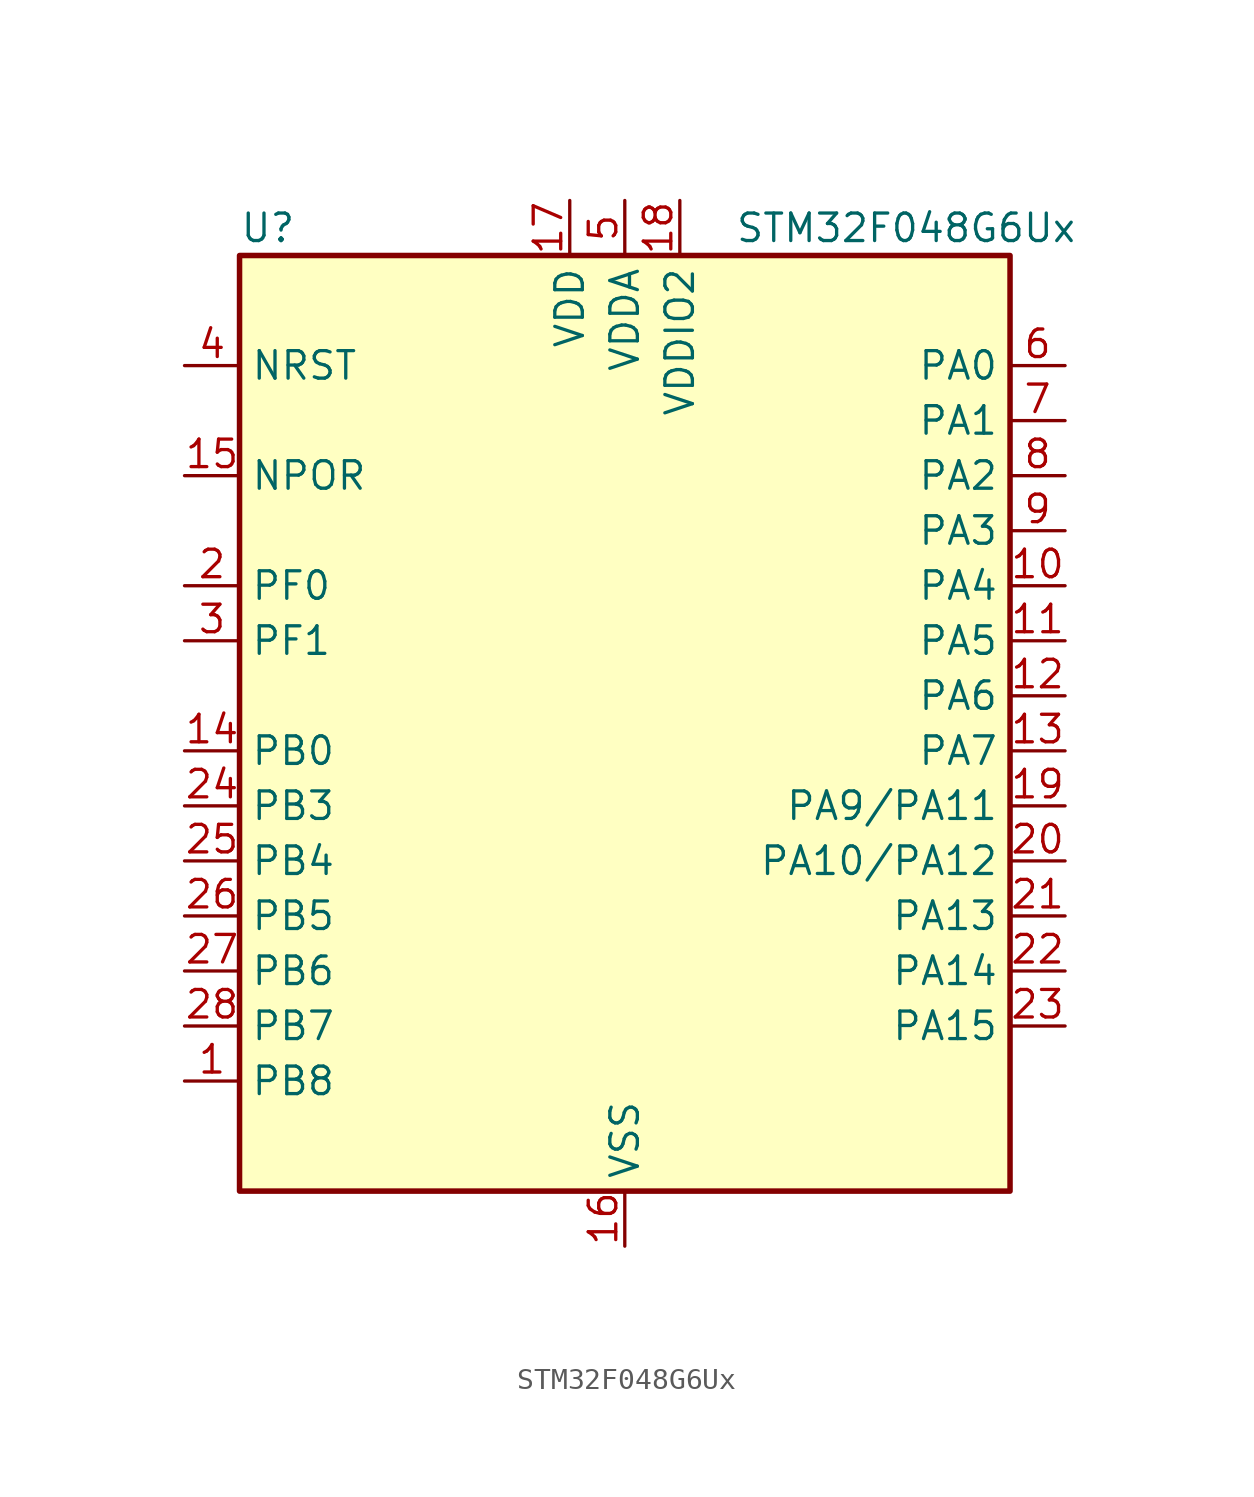
<source format=kicad_sym>
(kicad_symbol_lib
  (version 20241209)
  (generator "kicad_symbol_editor")
  (generator_version "9.0")
  (symbol "STM32F048G6Ux"
    (property "Reference" "U"
      (at -17.78 24.13 0)
      (effects (font (size 1.27 1.27)) (justify left)))
    (property "Value" "STM32F048G6Ux"
      (at 5.08 24.13 0)
      (effects (font (size 1.27 1.27)) (justify left)))
    (symbol "STM32F048G6Ux_0_1"
      (rectangle (start -17.78 -20.32) (end 17.78 22.86) (stroke (width 0.254) (type default)) (fill (type background))))
    (symbol "STM32F048G6Ux_1_1"
      (pin input line (at -20.32 17.78 0) (length 2.54) (name "NRST" (effects (font (size 1.27 1.27)))) (number "4" (effects (font (size 1.27 1.27)))))
      (pin input line (at -20.32 12.7 0) (length 2.54) (name "NPOR" (effects (font (size 1.27 1.27)))) (number "15" (effects (font (size 1.27 1.27)))))
      (pin bidirectional line (at -20.32 7.62 0) (length 2.54) (name "PF0" (effects (font (size 1.27 1.27)))) (number "2" (effects (font (size 1.27 1.27)))) (alternate "CRS_SYNC" bidirectional line) (alternate "I2C1_SDA" bidirectional line) (alternate "RCC_OSC_IN" bidirectional line))
      (pin bidirectional line (at -20.32 5.08 0) (length 2.54) (name "PF1" (effects (font (size 1.27 1.27)))) (number "3" (effects (font (size 1.27 1.27)))) (alternate "I2C1_SCL" bidirectional line) (alternate "RCC_OSC_OUT" bidirectional line))
      (pin bidirectional line (at -20.32 0 0) (length 2.54) (name "PB0" (effects (font (size 1.27 1.27)))) (number "14" (effects (font (size 1.27 1.27)))) (alternate "ADC_IN8" bidirectional line) (alternate "TIM1_CH2N" bidirectional line) (alternate "TIM3_CH3" bidirectional line))
      (pin bidirectional line (at -20.32 -2.54 0) (length 2.54) (name "PB3" (effects (font (size 1.27 1.27)))) (number "24" (effects (font (size 1.27 1.27)))) (alternate "I2S1_CK" bidirectional line) (alternate "SPI1_SCK" bidirectional line) (alternate "TIM2_CH2" bidirectional line) (alternate "TSC_G5_IO1" bidirectional line))
      (pin bidirectional line (at -20.32 -5.08 0) (length 2.54) (name "PB4" (effects (font (size 1.27 1.27)))) (number "25" (effects (font (size 1.27 1.27)))) (alternate "I2S1_MCK" bidirectional line) (alternate "SPI1_MISO" bidirectional line) (alternate "TIM17_BKIN" bidirectional line) (alternate "TIM3_CH1" bidirectional line) (alternate "TSC_G5_IO2" bidirectional line))
      (pin bidirectional line (at -20.32 -7.62 0) (length 2.54) (name "PB5" (effects (font (size 1.27 1.27)))) (number "26" (effects (font (size 1.27 1.27)))) (alternate "I2C1_SMBA" bidirectional line) (alternate "I2S1_SD" bidirectional line) (alternate "SPI1_MOSI" bidirectional line) (alternate "SYS_WKUP6" bidirectional line) (alternate "TIM16_BKIN" bidirectional line) (alternate "TIM3_CH2" bidirectional line))
      (pin bidirectional line (at -20.32 -10.16 0) (length 2.54) (name "PB6" (effects (font (size 1.27 1.27)))) (number "27" (effects (font (size 1.27 1.27)))) (alternate "I2C1_SCL" bidirectional line) (alternate "TIM16_CH1N" bidirectional line) (alternate "TSC_G5_IO3" bidirectional line) (alternate "USART1_TX" bidirectional line))
      (pin bidirectional line (at -20.32 -12.7 0) (length 2.54) (name "PB7" (effects (font (size 1.27 1.27)))) (number "28" (effects (font (size 1.27 1.27)))) (alternate "I2C1_SDA" bidirectional line) (alternate "TIM17_CH1N" bidirectional line) (alternate "TSC_G5_IO4" bidirectional line) (alternate "USART1_RX" bidirectional line))
      (pin bidirectional line (at -20.32 -15.24 0) (length 2.54) (name "PB8" (effects (font (size 1.27 1.27)))) (number "1" (effects (font (size 1.27 1.27)))) (alternate "CEC" bidirectional line) (alternate "I2C1_SCL" bidirectional line) (alternate "TIM16_CH1" bidirectional line) (alternate "TSC_SYNC" bidirectional line))
      (pin power_in line (at -2.54 25.4 270) (length 2.54) (name "VDD" (effects (font (size 1.27 1.27)))) (number "17" (effects (font (size 1.27 1.27)))))
      (pin power_in line (at 0 25.4 270) (length 2.54) (name "VDDA" (effects (font (size 1.27 1.27)))) (number "5" (effects (font (size 1.27 1.27)))))
      (pin power_in line (at 0 -22.86 90) (length 2.54) (name "VSS" (effects (font (size 1.27 1.27)))) (number "16" (effects (font (size 1.27 1.27)))))
      (pin power_in line (at 2.54 25.4 270) (length 2.54) (name "VDDIO2" (effects (font (size 1.27 1.27)))) (number "18" (effects (font (size 1.27 1.27)))))
      (pin bidirectional line (at 20.32 17.78 180) (length 2.54) (name "PA0" (effects (font (size 1.27 1.27)))) (number "6" (effects (font (size 1.27 1.27)))) (alternate "ADC_IN0" bidirectional line) (alternate "RTC_TAMP2" bidirectional line) (alternate "SYS_WKUP1" bidirectional line) (alternate "TIM2_CH1" bidirectional line) (alternate "TIM2_ETR" bidirectional line) (alternate "TSC_G1_IO1" bidirectional line) (alternate "USART2_CTS" bidirectional line))
      (pin bidirectional line (at 20.32 15.24 180) (length 2.54) (name "PA1" (effects (font (size 1.27 1.27)))) (number "7" (effects (font (size 1.27 1.27)))) (alternate "ADC_IN1" bidirectional line) (alternate "TIM2_CH2" bidirectional line) (alternate "TSC_G1_IO2" bidirectional line) (alternate "USART2_DE" bidirectional line) (alternate "USART2_RTS" bidirectional line))
      (pin bidirectional line (at 20.32 12.7 180) (length 2.54) (name "PA2" (effects (font (size 1.27 1.27)))) (number "8" (effects (font (size 1.27 1.27)))) (alternate "ADC_IN2" bidirectional line) (alternate "SYS_WKUP4" bidirectional line) (alternate "TIM2_CH3" bidirectional line) (alternate "TSC_G1_IO3" bidirectional line) (alternate "USART2_TX" bidirectional line))
      (pin bidirectional line (at 20.32 10.16 180) (length 2.54) (name "PA3" (effects (font (size 1.27 1.27)))) (number "9" (effects (font (size 1.27 1.27)))) (alternate "ADC_IN3" bidirectional line) (alternate "TIM2_CH4" bidirectional line) (alternate "TSC_G1_IO4" bidirectional line) (alternate "USART2_RX" bidirectional line))
      (pin bidirectional line (at 20.32 7.62 180) (length 2.54) (name "PA4" (effects (font (size 1.27 1.27)))) (number "10" (effects (font (size 1.27 1.27)))) (alternate "ADC_IN4" bidirectional line) (alternate "I2S1_WS" bidirectional line) (alternate "SPI1_NSS" bidirectional line) (alternate "TIM14_CH1" bidirectional line) (alternate "TSC_G2_IO1" bidirectional line) (alternate "USART2_CK" bidirectional line) (alternate "USB_NOE" bidirectional line))
      (pin bidirectional line (at 20.32 5.08 180) (length 2.54) (name "PA5" (effects (font (size 1.27 1.27)))) (number "11" (effects (font (size 1.27 1.27)))) (alternate "ADC_IN5" bidirectional line) (alternate "CEC" bidirectional line) (alternate "I2S1_CK" bidirectional line) (alternate "SPI1_SCK" bidirectional line) (alternate "TIM2_CH1" bidirectional line) (alternate "TIM2_ETR" bidirectional line) (alternate "TSC_G2_IO2" bidirectional line))
      (pin bidirectional line (at 20.32 2.54 180) (length 2.54) (name "PA6" (effects (font (size 1.27 1.27)))) (number "12" (effects (font (size 1.27 1.27)))) (alternate "ADC_IN6" bidirectional line) (alternate "I2S1_MCK" bidirectional line) (alternate "SPI1_MISO" bidirectional line) (alternate "TIM16_CH1" bidirectional line) (alternate "TIM1_BKIN" bidirectional line) (alternate "TIM3_CH1" bidirectional line) (alternate "TSC_G2_IO3" bidirectional line))
      (pin bidirectional line (at 20.32 0 180) (length 2.54) (name "PA7" (effects (font (size 1.27 1.27)))) (number "13" (effects (font (size 1.27 1.27)))) (alternate "ADC_IN7" bidirectional line) (alternate "I2S1_SD" bidirectional line) (alternate "SPI1_MOSI" bidirectional line) (alternate "TIM14_CH1" bidirectional line) (alternate "TIM17_CH1" bidirectional line) (alternate "TIM1_CH1N" bidirectional line) (alternate "TIM3_CH2" bidirectional line) (alternate "TSC_G2_IO4" bidirectional line))
      (pin bidirectional line (at 20.32 -2.54 180) (length 2.54) (name "PA9/PA11" (effects (font (size 1.27 1.27)))) (number "19" (effects (font (size 1.27 1.27)))) (alternate "I2C1_SCL (PA11)" bidirectional line) (alternate "I2C1_SCL (PA9)" bidirectional line) (alternate "PA11" bidirectional line) (alternate "PA9" bidirectional line) (alternate "TIM1_CH2 (PA9)" bidirectional line) (alternate "TIM1_CH4 (PA11)" bidirectional line) (alternate "TSC_G4_IO1 (PA9)" bidirectional line) (alternate "TSC_G4_IO3 (PA11)" bidirectional line) (alternate "USART1_CTS (PA11)" bidirectional line) (alternate "USART1_TX (PA9)" bidirectional line) (alternate "USB_DM (PA11)" bidirectional line))
      (pin bidirectional line (at 20.32 -5.08 180) (length 2.54) (name "PA10/PA12" (effects (font (size 1.27 1.27)))) (number "20" (effects (font (size 1.27 1.27)))) (alternate "I2C1_SDA (PA10)" bidirectional line) (alternate "PA10" bidirectional line) (alternate "PA12" bidirectional line) (alternate "TIM17_BKIN (PA10)" bidirectional line) (alternate "TIM1_CH3 (PA10)" bidirectional line) (alternate "TIM1_ETR (PA12)" bidirectional line) (alternate "TSC_G4_IO2 (PA10)" bidirectional line) (alternate "TSC_G4_IO4 (PA12)" bidirectional line) (alternate "USART1_DE (PA12)" bidirectional line) (alternate "USART1_RTS (PA12)" bidirectional line) (alternate "USART1_RX (PA10)" bidirectional line) (alternate "USB_DP (PA12)" bidirectional line))
      (pin bidirectional line (at 20.32 -7.62 180) (length 2.54) (name "PA13" (effects (font (size 1.27 1.27)))) (number "21" (effects (font (size 1.27 1.27)))) (alternate "IR_OUT" bidirectional line) (alternate "SYS_SWDIO" bidirectional line) (alternate "USB_NOE" bidirectional line))
      (pin bidirectional line (at 20.32 -10.16 180) (length 2.54) (name "PA14" (effects (font (size 1.27 1.27)))) (number "22" (effects (font (size 1.27 1.27)))) (alternate "SYS_SWCLK" bidirectional line) (alternate "USART2_TX" bidirectional line))
      (pin bidirectional line (at 20.32 -12.7 180) (length 2.54) (name "PA15" (effects (font (size 1.27 1.27)))) (number "23" (effects (font (size 1.27 1.27)))) (alternate "I2S1_WS" bidirectional line) (alternate "SPI1_NSS" bidirectional line) (alternate "TIM2_CH1" bidirectional line) (alternate "TIM2_ETR" bidirectional line) (alternate "USART2_RX" bidirectional line) (alternate "USB_NOE" bidirectional line)))))
</source>
